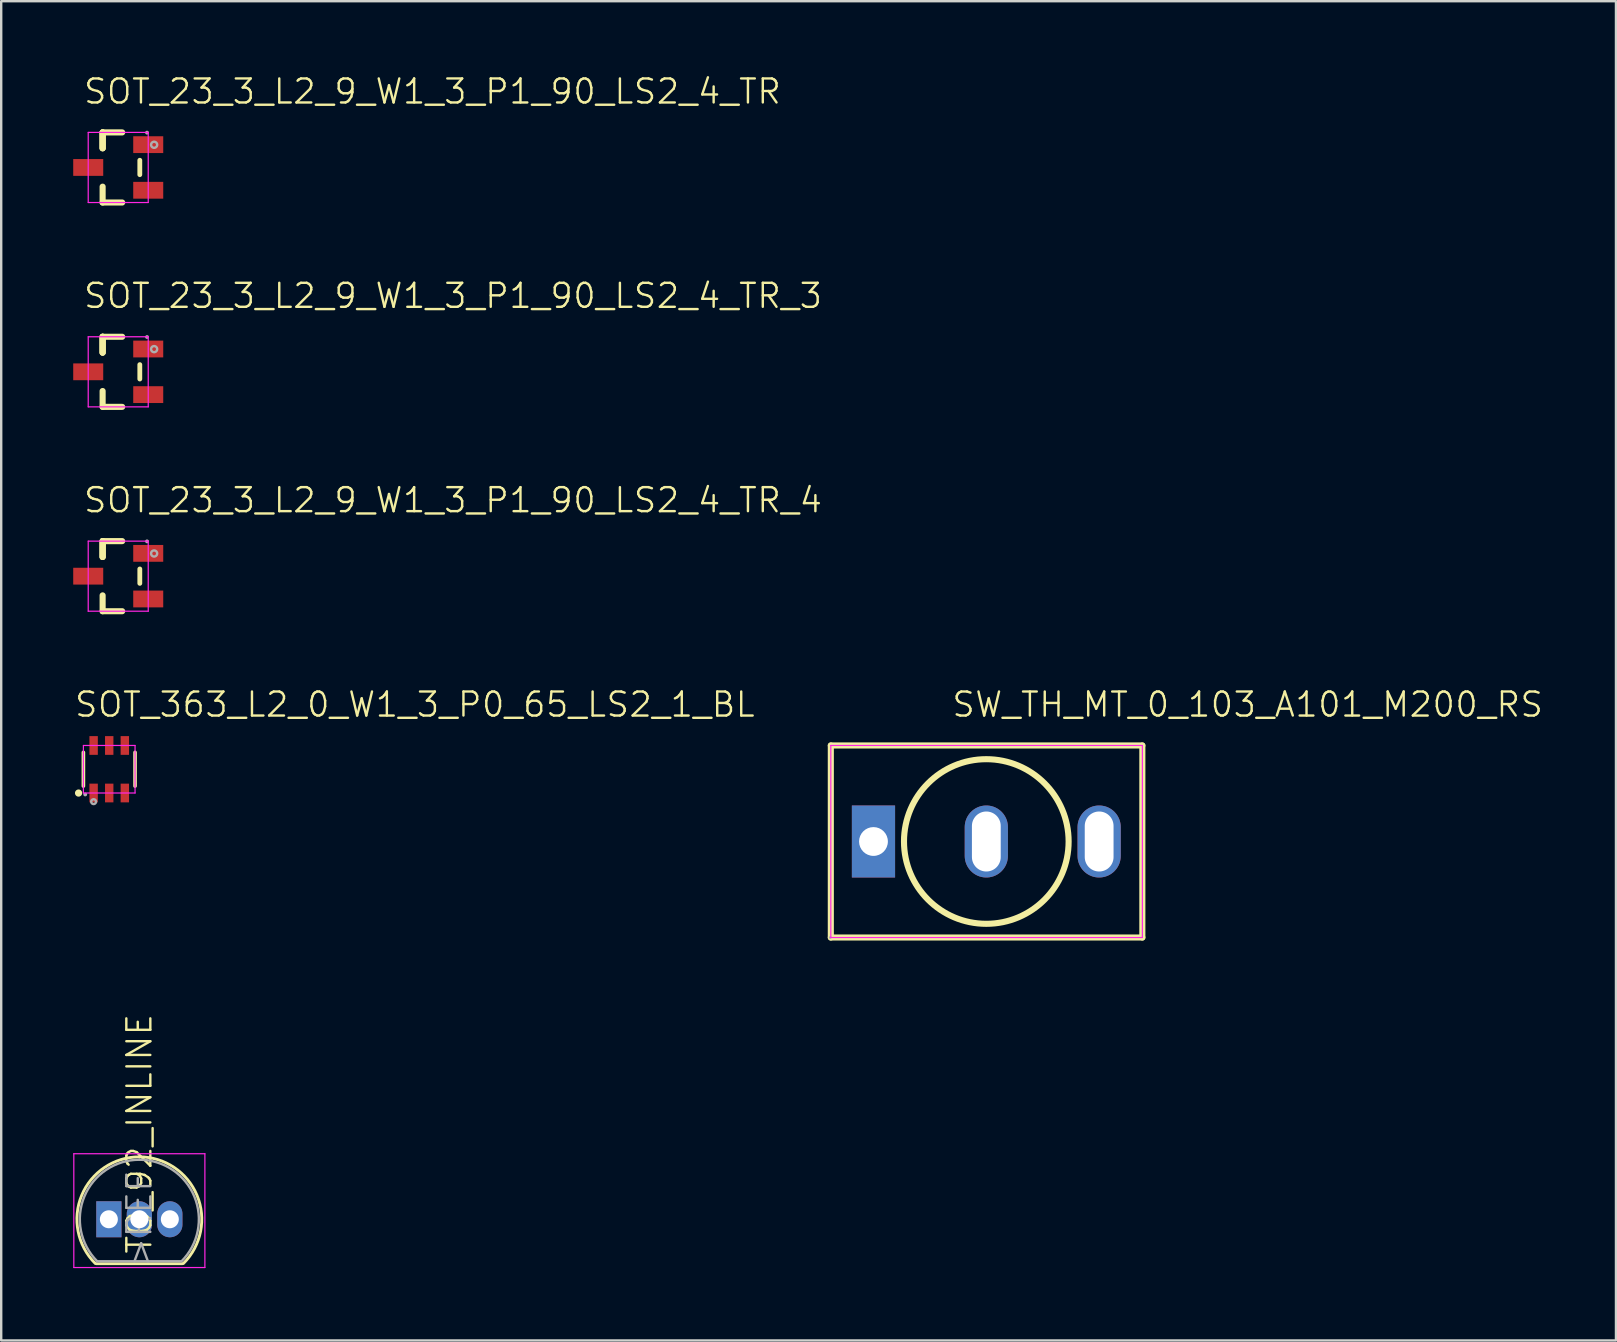
<source format=kicad_pcb>
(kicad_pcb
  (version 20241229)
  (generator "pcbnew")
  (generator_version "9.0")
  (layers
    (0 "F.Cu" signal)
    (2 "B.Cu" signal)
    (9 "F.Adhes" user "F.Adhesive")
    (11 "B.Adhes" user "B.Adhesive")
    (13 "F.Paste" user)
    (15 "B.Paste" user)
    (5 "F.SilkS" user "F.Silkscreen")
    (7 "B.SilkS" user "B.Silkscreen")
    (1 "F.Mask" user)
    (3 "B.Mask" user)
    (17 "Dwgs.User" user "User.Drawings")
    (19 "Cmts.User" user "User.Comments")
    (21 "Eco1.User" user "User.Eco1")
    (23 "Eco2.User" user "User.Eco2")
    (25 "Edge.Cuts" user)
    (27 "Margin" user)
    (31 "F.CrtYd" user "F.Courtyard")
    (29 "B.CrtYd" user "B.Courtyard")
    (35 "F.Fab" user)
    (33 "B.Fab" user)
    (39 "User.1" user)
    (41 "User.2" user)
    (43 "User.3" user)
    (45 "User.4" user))
  (footprint "SOT_23_3_L2_9_W1_3_P1_90_LS2_4_TR"
    (layer "F.Cu")
    (at 1.875 3.926)
    (property "Reference" "SOT_23_3_L2_9_W1_3_P1_90_LS2_4_TR" (at -1.5 -3.166 0) (layer "F.SilkS") (effects (font (size 1 1) (thickness 0.1)) (justify left)))
    (fp_line (start -0.65 -1.46) (end -0.65 -0.8) (stroke (width 0.254) (type solid)) (layer "F.SilkS"))
    (fp_line (start -0.65 -1.46) (end 0.165 -1.46) (stroke (width 0.254) (type solid)) (layer "F.SilkS"))
    (fp_line (start -0.65 -0.8) (end -0.65 -1.46) (stroke (width 0.254) (type solid)) (layer "F.SilkS"))
    (fp_line (start -0.65 -0.8) (end -0.65 -1.46) (stroke (width 0.254) (type solid)) (layer "F.SilkS"))
    (fp_line (start -0.65 1.46) (end -0.65 0.8) (stroke (width 0.254) (type solid)) (layer "F.SilkS"))
    (fp_line (start 0.165 1.46) (end -0.65 1.46) (stroke (width 0.254) (type solid)) (layer "F.SilkS"))
    (fp_line (start 0.899 0.3) (end 0.899 -0.3) (stroke (width 0.2) (type solid)) (layer "F.SilkS"))
    (fp_line (start -1.25 -1.46) (end -1.25 1.46) (stroke (width 0.05) (type solid)) (layer "F.CrtYd"))
    (fp_line (start -1.25 1.46) (end 1.25 1.46) (stroke (width 0.05) (type solid)) (layer "F.CrtYd"))
    (fp_line (start 1.25 -1.46) (end -1.25 -1.46) (stroke (width 0.05) (type solid)) (layer "F.CrtYd"))
    (fp_line (start 1.25 1.46) (end 1.25 -1.46) (stroke (width 0.05) (type solid)) (layer "F.CrtYd"))
    (fp_poly (pts (xy 1.23 -1.45) (xy 1.229 -1.456) (xy 1.227 -1.461) (xy 1.224 -1.467) (xy 1.221 -1.471) (xy 1.216 -1.475) (xy 1.211 -1.478) (xy 1.205 -1.479) (xy 1.2 -1.48) (xy 1.194 -1.479) (xy 1.188 -1.478) (xy 1.183 -1.475) (xy 1.178 -1.471) (xy 1.175 -1.467) (xy 1.172 -1.461) (xy 1.17 -1.456) (xy 1.169 -1.45) (xy 1.17 -1.444) (xy 1.172 -1.439) (xy 1.175 -1.433) (xy 1.178 -1.429) (xy 1.183 -1.425) (xy 1.188 -1.422) (xy 1.194 -1.421) (xy 1.2 -1.42) (xy 1.205 -1.421) (xy 1.211 -1.422) (xy 1.216 -1.425) (xy 1.221 -1.429) (xy 1.224 -1.433) (xy 1.227 -1.439) (xy 1.229 -1.444)) (stroke (width 0.1) (type solid)) (fill no) (layer "F.Fab"))
    (fp_poly (pts (xy 1.623 -0.945) (xy 1.62 -0.97) (xy 1.613 -0.994) (xy 1.601 -1.016) (xy 1.585 -1.035) (xy 1.566 -1.051) (xy 1.544 -1.062) (xy 1.52 -1.07) (xy 1.496 -1.072) (xy 1.471 -1.07) (xy 1.447 -1.062) (xy 1.425 -1.051) (xy 1.406 -1.035) (xy 1.39 -1.016) (xy 1.378 -0.994) (xy 1.371 -0.97) (xy 1.369 -0.945) (xy 1.371 -0.92) (xy 1.378 -0.896) (xy 1.39 -0.874) (xy 1.406 -0.855) (xy 1.425 -0.839) (xy 1.447 -0.828) (xy 1.471 -0.82) (xy 1.496 -0.818) (xy 1.52 -0.82) (xy 1.544 -0.828) (xy 1.566 -0.839) (xy 1.585 -0.855) (xy 1.601 -0.874) (xy 1.613 -0.896) (xy 1.62 -0.92)) (stroke (width 0.1) (type solid)) (fill no) (layer "F.Fab"))
    (pad "1" smd rect (at 1.25 -0.95 270) (size 0.7 1.25) (layers "F.Cu" "F.Mask" "F.Paste"))
    (pad "2" smd rect (at 1.25 0.95 270) (size 0.7 1.25) (layers "F.Cu" "F.Mask" "F.Paste"))
    (pad "3" smd rect (at -1.25 0 270) (size 0.7 1.25) (layers "F.Cu" "F.Mask" "F.Paste")))
  (footprint "SOT_23_3_L2_9_W1_3_P1_90_LS2_4_TR_4"
    (layer "F.Cu")
    (at 1.875 20.952)
    (property "Reference" "SOT_23_3_L2_9_W1_3_P1_90_LS2_4_TR_4" (at -1.5 -3.166 0) (layer "F.SilkS") (effects (font (size 1 1) (thickness 0.1)) (justify left)))
    (fp_line (start -0.65 -1.46) (end -0.65 -0.8) (stroke (width 0.254) (type solid)) (layer "F.SilkS"))
    (fp_line (start -0.65 -1.46) (end 0.165 -1.46) (stroke (width 0.254) (type solid)) (layer "F.SilkS"))
    (fp_line (start -0.65 -0.8) (end -0.65 -1.46) (stroke (width 0.254) (type solid)) (layer "F.SilkS"))
    (fp_line (start -0.65 -0.8) (end -0.65 -1.46) (stroke (width 0.254) (type solid)) (layer "F.SilkS"))
    (fp_line (start -0.65 1.46) (end -0.65 0.8) (stroke (width 0.254) (type solid)) (layer "F.SilkS"))
    (fp_line (start 0.165 1.46) (end -0.65 1.46) (stroke (width 0.254) (type solid)) (layer "F.SilkS"))
    (fp_line (start 0.899 0.3) (end 0.899 -0.3) (stroke (width 0.2) (type solid)) (layer "F.SilkS"))
    (fp_line (start -1.25 -1.46) (end -1.25 1.46) (stroke (width 0.05) (type solid)) (layer "F.CrtYd"))
    (fp_line (start -1.25 1.46) (end 1.25 1.46) (stroke (width 0.05) (type solid)) (layer "F.CrtYd"))
    (fp_line (start 1.25 -1.46) (end -1.25 -1.46) (stroke (width 0.05) (type solid)) (layer "F.CrtYd"))
    (fp_line (start 1.25 1.46) (end 1.25 -1.46) (stroke (width 0.05) (type solid)) (layer "F.CrtYd"))
    (fp_poly (pts (xy 1.23 -1.45) (xy 1.229 -1.456) (xy 1.227 -1.461) (xy 1.224 -1.467) (xy 1.221 -1.471) (xy 1.216 -1.475) (xy 1.211 -1.478) (xy 1.205 -1.479) (xy 1.2 -1.48) (xy 1.194 -1.479) (xy 1.188 -1.478) (xy 1.183 -1.475) (xy 1.178 -1.471) (xy 1.175 -1.467) (xy 1.172 -1.461) (xy 1.17 -1.456) (xy 1.169 -1.45) (xy 1.17 -1.444) (xy 1.172 -1.439) (xy 1.175 -1.433) (xy 1.178 -1.429) (xy 1.183 -1.425) (xy 1.188 -1.422) (xy 1.194 -1.421) (xy 1.2 -1.42) (xy 1.205 -1.421) (xy 1.211 -1.422) (xy 1.216 -1.425) (xy 1.221 -1.429) (xy 1.224 -1.433) (xy 1.227 -1.439) (xy 1.229 -1.444)) (stroke (width 0.1) (type solid)) (fill no) (layer "F.Fab"))
    (fp_poly (pts (xy 1.623 -0.945) (xy 1.62 -0.97) (xy 1.613 -0.994) (xy 1.601 -1.016) (xy 1.585 -1.035) (xy 1.566 -1.051) (xy 1.544 -1.062) (xy 1.52 -1.07) (xy 1.496 -1.072) (xy 1.471 -1.07) (xy 1.447 -1.062) (xy 1.425 -1.051) (xy 1.406 -1.035) (xy 1.39 -1.016) (xy 1.378 -0.994) (xy 1.371 -0.97) (xy 1.369 -0.945) (xy 1.371 -0.92) (xy 1.378 -0.896) (xy 1.39 -0.874) (xy 1.406 -0.855) (xy 1.425 -0.839) (xy 1.447 -0.828) (xy 1.471 -0.82) (xy 1.496 -0.818) (xy 1.52 -0.82) (xy 1.544 -0.828) (xy 1.566 -0.839) (xy 1.585 -0.855) (xy 1.601 -0.874) (xy 1.613 -0.896) (xy 1.62 -0.92)) (stroke (width 0.1) (type solid)) (fill no) (layer "F.Fab"))
    (pad "1" smd rect (at 1.25 -0.95 270) (size 0.7 1.25) (layers "F.Cu" "F.Mask" "F.Paste"))
    (pad "2" smd rect (at 1.25 0.95 270) (size 0.7 1.25) (layers "F.Cu" "F.Mask" "F.Paste"))
    (pad "3" smd rect (at -1.25 0 270) (size 0.7 1.25) (layers "F.Cu" "F.Mask" "F.Paste")))
  (footprint "SOT_23_3_L2_9_W1_3_P1_90_LS2_4_TR_3"
    (layer "F.Cu")
    (at 1.875 12.439)
    (property "Reference" "SOT_23_3_L2_9_W1_3_P1_90_LS2_4_TR_3" (at -1.5 -3.166 0) (layer "F.SilkS") (effects (font (size 1 1) (thickness 0.1)) (justify left)))
    (fp_line (start -0.65 -1.46) (end -0.65 -0.8) (stroke (width 0.254) (type solid)) (layer "F.SilkS"))
    (fp_line (start -0.65 -1.46) (end 0.165 -1.46) (stroke (width 0.254) (type solid)) (layer "F.SilkS"))
    (fp_line (start -0.65 -0.8) (end -0.65 -1.46) (stroke (width 0.254) (type solid)) (layer "F.SilkS"))
    (fp_line (start -0.65 -0.8) (end -0.65 -1.46) (stroke (width 0.254) (type solid)) (layer "F.SilkS"))
    (fp_line (start -0.65 1.46) (end -0.65 0.8) (stroke (width 0.254) (type solid)) (layer "F.SilkS"))
    (fp_line (start 0.165 1.46) (end -0.65 1.46) (stroke (width 0.254) (type solid)) (layer "F.SilkS"))
    (fp_line (start 0.899 0.3) (end 0.899 -0.3) (stroke (width 0.2) (type solid)) (layer "F.SilkS"))
    (fp_line (start -1.25 -1.46) (end -1.25 1.46) (stroke (width 0.05) (type solid)) (layer "F.CrtYd"))
    (fp_line (start -1.25 1.46) (end 1.25 1.46) (stroke (width 0.05) (type solid)) (layer "F.CrtYd"))
    (fp_line (start 1.25 -1.46) (end -1.25 -1.46) (stroke (width 0.05) (type solid)) (layer "F.CrtYd"))
    (fp_line (start 1.25 1.46) (end 1.25 -1.46) (stroke (width 0.05) (type solid)) (layer "F.CrtYd"))
    (fp_poly (pts (xy 1.23 -1.45) (xy 1.229 -1.456) (xy 1.227 -1.461) (xy 1.224 -1.467) (xy 1.221 -1.471) (xy 1.216 -1.475) (xy 1.211 -1.478) (xy 1.205 -1.479) (xy 1.2 -1.48) (xy 1.194 -1.479) (xy 1.188 -1.478) (xy 1.183 -1.475) (xy 1.178 -1.471) (xy 1.175 -1.467) (xy 1.172 -1.461) (xy 1.17 -1.456) (xy 1.169 -1.45) (xy 1.17 -1.444) (xy 1.172 -1.439) (xy 1.175 -1.433) (xy 1.178 -1.429) (xy 1.183 -1.425) (xy 1.188 -1.422) (xy 1.194 -1.421) (xy 1.2 -1.42) (xy 1.205 -1.421) (xy 1.211 -1.422) (xy 1.216 -1.425) (xy 1.221 -1.429) (xy 1.224 -1.433) (xy 1.227 -1.439) (xy 1.229 -1.444)) (stroke (width 0.1) (type solid)) (fill no) (layer "F.Fab"))
    (fp_poly (pts (xy 1.623 -0.945) (xy 1.62 -0.97) (xy 1.613 -0.994) (xy 1.601 -1.016) (xy 1.585 -1.035) (xy 1.566 -1.051) (xy 1.544 -1.062) (xy 1.52 -1.07) (xy 1.496 -1.072) (xy 1.471 -1.07) (xy 1.447 -1.062) (xy 1.425 -1.051) (xy 1.406 -1.035) (xy 1.39 -1.016) (xy 1.378 -0.994) (xy 1.371 -0.97) (xy 1.369 -0.945) (xy 1.371 -0.92) (xy 1.378 -0.896) (xy 1.39 -0.874) (xy 1.406 -0.855) (xy 1.425 -0.839) (xy 1.447 -0.828) (xy 1.471 -0.82) (xy 1.496 -0.818) (xy 1.52 -0.82) (xy 1.544 -0.828) (xy 1.566 -0.839) (xy 1.585 -0.855) (xy 1.601 -0.874) (xy 1.613 -0.896) (xy 1.62 -0.92)) (stroke (width 0.1) (type solid)) (fill no) (layer "F.Fab"))
    (pad "1" smd rect (at 1.25 -0.95 270) (size 0.7 1.25) (layers "F.Cu" "F.Mask" "F.Paste"))
    (pad "2" smd rect (at 1.25 0.95 270) (size 0.7 1.25) (layers "F.Cu" "F.Mask" "F.Paste"))
    (pad "3" smd rect (at -1.25 0 270) (size 0.7 1.25) (layers "F.Cu" "F.Mask" "F.Paste")))
  (footprint "TO_92_INLINE"
    (layer "F.Cu")
    (at 1.485 47.742)
    (property "Reference" "TO_92_INLINE" (at 1.27 -3.56 90) (layer "F.SilkS") (effects (font (size 1 1) (thickness 0.1))))
    (fp_line (start -0.53 1.85) (end 3.07 1.85) (stroke (width 0.12) (type solid)) (layer "F.SilkS"))
    (fp_arc (start -0.568478 1.838478) (mid -1.132087 -0.994977) (end 1.27 -2.6) (stroke (width 0.12) (type solid)) (layer "F.SilkS"))
    (fp_arc (start 1.27 -2.6) (mid 3.672087 -0.994977) (end 3.108478 1.838478) (stroke (width 0.12) (type solid)) (layer "F.SilkS"))
    (fp_line (start -1.46 -2.73) (end -1.46 2.01) (stroke (width 0.05) (type solid)) (layer "F.CrtYd"))
    (fp_line (start -1.46 2.01) (end 4 2.01) (stroke (width 0.05) (type solid)) (layer "F.CrtYd"))
    (fp_line (start 4 -2.73) (end -1.46 -2.73) (stroke (width 0.05) (type solid)) (layer "F.CrtYd"))
    (fp_line (start 4 2.01) (end 4 -2.73) (stroke (width 0.05) (type solid)) (layer "F.CrtYd"))
    (fp_line (start -0.5 1.75) (end 3 1.75) (stroke (width 0.1) (type solid)) (layer "F.Fab"))
    (fp_arc (start -0.483625 1.753625) (mid -1.021221 -0.949055) (end 1.27 -2.48) (stroke (width 0.1) (type solid)) (layer "F.Fab"))
    (fp_arc (start 1.27 -2.48) (mid 3.561221 -0.949055) (end 3.023625 1.753625) (stroke (width 0.1) (type solid)) (layer "F.Fab"))
    (fp_text user ">REF" (at 1.27 0 90) (layer "F.Fab") (effects (font (size 1 1) (thickness 0.1))))
    (pad "1" thru_hole rect (at 0 0) (size 1.05 1.5) (drill 0.75) (layers "*.Cu" "*.Mask"))
    (pad "2" thru_hole oval (at 1.27 0) (size 1.05 1.5) (drill 0.75) (layers "*.Cu" "*.Mask"))
    (pad "3" thru_hole oval (at 2.54 0) (size 1.05 1.5) (drill 0.75) (layers "*.Cu" "*.Mask")))
  (footprint "SOT_363_L2_0_W1_3_P0_65_LS2_1_BL"
    (layer "F.Cu")
    (at 1.5 28.995)
    (property "Reference" "SOT_363_L2_0_W1_3_P0_65_LS2_1_BL" (at -1.5 -2.696 0) (layer "F.SilkS") (effects (font (size 1 1) (thickness 0.1)) (justify left)))
    (fp_line (start -1.076 0.701) (end -1.076 -0.702) (stroke (width 0.152) (type solid)) (layer "F.SilkS"))
    (fp_line (start 1.076 0.701) (end 1.076 -0.702) (stroke (width 0.152) (type solid)) (layer "F.SilkS"))
    (fp_poly (pts (xy -1.127 0.992) (xy -1.13 0.963) (xy -1.138 0.935) (xy -1.152 0.909) (xy -1.171 0.886) (xy -1.194 0.867) (xy -1.22 0.853) (xy -1.248 0.845) (xy -1.277 0.842) (xy -1.306 0.845) (xy -1.334 0.853) (xy -1.36 0.867) (xy -1.383 0.886) (xy -1.402 0.909) (xy -1.416 0.935) (xy -1.424 0.963) (xy -1.427 0.992) (xy -1.424 1.021) (xy -1.416 1.049) (xy -1.402 1.075) (xy -1.383 1.098) (xy -1.36 1.117) (xy -1.334 1.131) (xy -1.306 1.139) (xy -1.277 1.142) (xy -1.248 1.139) (xy -1.22 1.131) (xy -1.194 1.117) (xy -1.171 1.098) (xy -1.152 1.075) (xy -1.138 1.049) (xy -1.13 1.021)) (stroke (width 0) (type solid)) (fill yes) (layer "F.SilkS"))
    (fp_line (start -1.076 -0.99) (end -1.076 0.99) (stroke (width 0.05) (type solid)) (layer "F.CrtYd"))
    (fp_line (start -1.076 0.99) (end 1.076 0.99) (stroke (width 0.05) (type solid)) (layer "F.CrtYd"))
    (fp_line (start 1.076 -0.99) (end -1.076 -0.99) (stroke (width 0.05) (type solid)) (layer "F.CrtYd"))
    (fp_line (start 1.076 0.99) (end 1.076 -0.99) (stroke (width 0.05) (type solid)) (layer "F.CrtYd"))
    (fp_poly (pts (xy -0.97 1.05) (xy -0.971 1.044) (xy -0.972 1.039) (xy -0.975 1.033) (xy -0.979 1.029) (xy -0.983 1.025) (xy -0.989 1.022) (xy -0.994 1.021) (xy -1 1.02) (xy -1.006 1.021) (xy -1.011 1.022) (xy -1.017 1.025) (xy -1.021 1.029) (xy -1.025 1.033) (xy -1.028 1.039) (xy -1.029 1.044) (xy -1.03 1.05) (xy -1.029 1.056) (xy -1.028 1.061) (xy -1.025 1.067) (xy -1.021 1.071) (xy -1.017 1.075) (xy -1.011 1.078) (xy -1.006 1.079) (xy -1 1.08) (xy -0.994 1.079) (xy -0.989 1.078) (xy -0.983 1.075) (xy -0.979 1.071) (xy -0.975 1.067) (xy -0.972 1.061) (xy -0.971 1.056)) (stroke (width 0.1) (type solid)) (fill no) (layer "F.Fab"))
    (fp_poly (pts (xy -0.55 1.35) (xy -0.552 1.33) (xy -0.558 1.312) (xy -0.567 1.294) (xy -0.579 1.279) (xy -0.594 1.267) (xy -0.612 1.258) (xy -0.63 1.252) (xy -0.65 1.25) (xy -0.67 1.252) (xy -0.688 1.258) (xy -0.706 1.267) (xy -0.721 1.279) (xy -0.733 1.294) (xy -0.742 1.312) (xy -0.748 1.33) (xy -0.75 1.35) (xy -0.748 1.37) (xy -0.742 1.388) (xy -0.733 1.406) (xy -0.721 1.421) (xy -0.706 1.433) (xy -0.688 1.442) (xy -0.67 1.448) (xy -0.65 1.45) (xy -0.63 1.448) (xy -0.612 1.442) (xy -0.594 1.433) (xy -0.579 1.421) (xy -0.567 1.406) (xy -0.558 1.388) (xy -0.552 1.37)) (stroke (width 0.1) (type solid)) (fill no) (layer "F.Fab"))
    (pad "1" smd rect (at -0.65 0.99) (size 0.35 0.78) (layers "F.Cu" "F.Mask" "F.Paste"))
    (pad "2" smd rect (at 0 0.99) (size 0.35 0.78) (layers "F.Cu" "F.Mask" "F.Paste"))
    (pad "3" smd rect (at 0.65 0.99) (size 0.35 0.78) (layers "F.Cu" "F.Mask" "F.Paste"))
    (pad "4" smd rect (at 0.65 -0.99) (size 0.35 0.78) (layers "F.Cu" "F.Mask" "F.Paste"))
    (pad "5" smd rect (at 0 -0.99) (size 0.35 0.78) (layers "F.Cu" "F.Mask" "F.Paste"))
    (pad "6" smd rect (at -0.65 -0.99) (size 0.35 0.78) (layers "F.Cu" "F.Mask" "F.Paste")))
  (footprint "SW_TH_MT_0_103_A101_M200_RS"
    (layer "F.Cu")
    (at 38.049 32.005)
    (property "Reference" "SW_TH_MT_0_103_A101_M200_RS" (at -1.5 -5.706 0) (layer "F.SilkS") (effects (font (size 1 1) (thickness 0.1)) (justify left)))
    (fp_line (start -6.489 4) (end -6.489 -4) (stroke (width 0.254) (type solid)) (layer "F.SilkS"))
    (fp_line (start 6.489 -4) (end -6.489 -4) (stroke (width 0.254) (type solid)) (layer "F.SilkS"))
    (fp_line (start 6.489 -4) (end 6.489 4) (stroke (width 0.254) (type solid)) (layer "F.SilkS"))
    (fp_line (start 6.489 4) (end -6.489 4) (stroke (width 0.254) (type solid)) (layer "F.SilkS"))
    (fp_arc (start 3.4175 0) (mid -3.4405 0) (end 3.4175 0) (stroke (width 0.254) (type solid)) (layer "F.SilkS"))
    (fp_line (start -6.489 -4) (end -6.489 4) (stroke (width 0.05) (type solid)) (layer "F.CrtYd"))
    (fp_line (start -6.489 4) (end 6.489 4) (stroke (width 0.05) (type solid)) (layer "F.CrtYd"))
    (fp_line (start 6.489 -4) (end -6.489 -4) (stroke (width 0.05) (type solid)) (layer "F.CrtYd"))
    (fp_line (start 6.489 4) (end 6.489 -4) (stroke (width 0.05) (type solid)) (layer "F.CrtYd"))
    (fp_arc (start -6.4815 4) (mid -6.5415 4) (end -6.4815 4) (stroke (width 0.06) (type solid)) (layer "F.Fab"))
    (pad "1" thru_hole rect (at -4.712 0) (size 1.8 3) (drill 1.2) (layers "*.Cu" "*.Mask"))
    (pad "2" thru_hole oval (at -0.011 0) (size 1.8 3) (drill oval 1.2 2.5) (layers "*.Cu" "*.Mask"))
    (pad "3" thru_hole oval (at 4.689 0) (size 1.8 3) (drill oval 1.2 2.5) (layers "*.Cu" "*.Mask")))
  (gr_rect
    (start -3 -3)
    (end 64.268 52.792)
    (stroke (width 0.1) (type default))
    (fill no)
    (layer "Edge.Cuts")))
</source>
